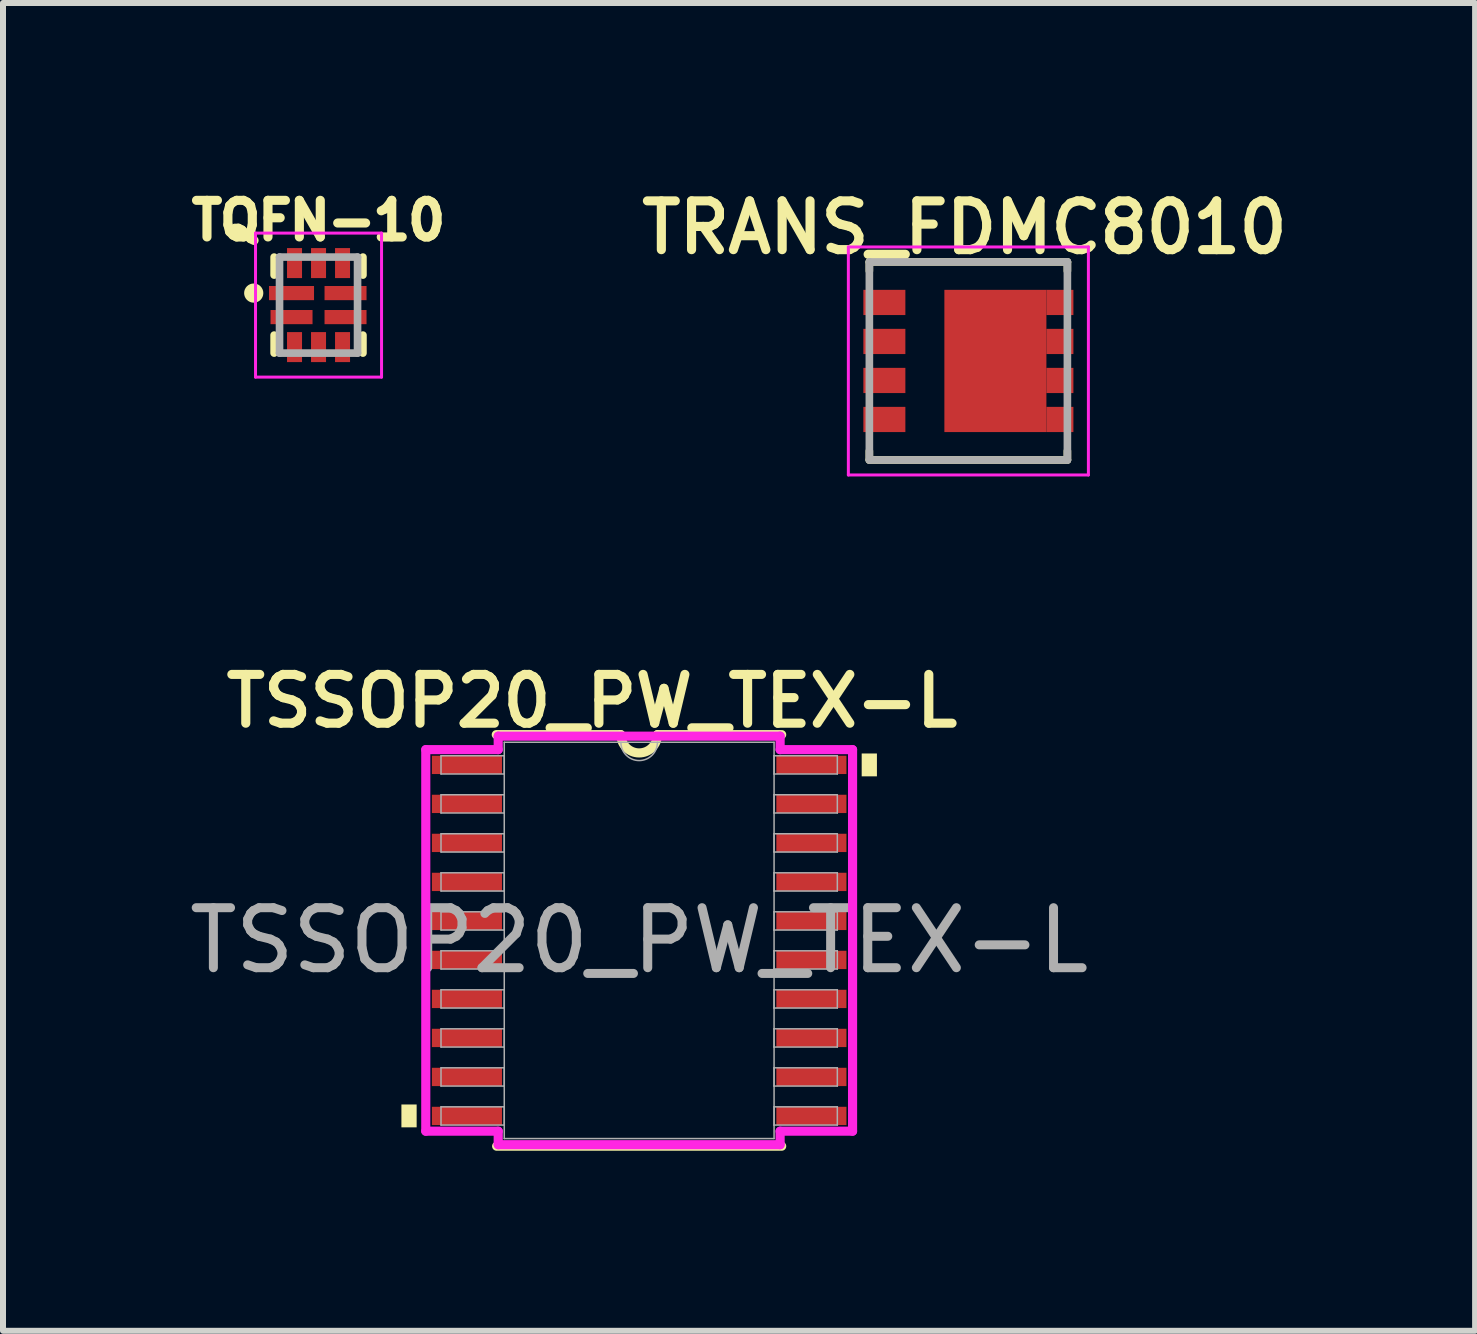
<source format=kicad_pcb>
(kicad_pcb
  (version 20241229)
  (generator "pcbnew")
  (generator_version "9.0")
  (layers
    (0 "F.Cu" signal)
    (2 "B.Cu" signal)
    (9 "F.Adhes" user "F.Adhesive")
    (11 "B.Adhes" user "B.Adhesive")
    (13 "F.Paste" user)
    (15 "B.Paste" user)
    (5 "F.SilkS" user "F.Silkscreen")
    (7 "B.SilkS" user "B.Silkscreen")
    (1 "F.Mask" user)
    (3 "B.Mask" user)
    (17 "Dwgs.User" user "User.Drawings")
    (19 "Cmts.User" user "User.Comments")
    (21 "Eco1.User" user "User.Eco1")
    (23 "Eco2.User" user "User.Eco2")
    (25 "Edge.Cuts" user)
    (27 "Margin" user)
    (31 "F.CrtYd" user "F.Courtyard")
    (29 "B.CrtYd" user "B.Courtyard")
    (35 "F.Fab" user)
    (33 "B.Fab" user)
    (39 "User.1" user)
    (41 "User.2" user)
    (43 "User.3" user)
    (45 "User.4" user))
  (footprint "TRANS_FDMC8010"
    (layer "F.Cu")
    (at 13.087 2.965)
    (property "Reference" "TRANS_FDMC8010" (at -0.064 -2.223 0) (layer "F.SilkS") (effects (font (size 0.813 0.813) (thickness 0.152) (bold yes))))
    (attr smd)
    (fp_line (start -1.65 -1.65) (end 1.65 -1.65) (stroke (width 0.127) (type solid)) (layer "F.SilkS"))
    (fp_line (start -1.65 -1.5) (end -1.65 -1.65) (stroke (width 0.127) (type solid)) (layer "F.SilkS"))
    (fp_line (start -1.65 1.5) (end -1.65 1.65) (stroke (width 0.127) (type solid)) (layer "F.SilkS"))
    (fp_line (start -1.65 1.65) (end 1.65 1.65) (stroke (width 0.127) (type solid)) (layer "F.SilkS"))
    (fp_line (start 1.65 -1.65) (end 1.65 -1.5) (stroke (width 0.127) (type solid)) (layer "F.SilkS"))
    (fp_line (start 1.65 1.65) (end 1.65 1.5) (stroke (width 0.127) (type solid)) (layer "F.SilkS"))
    (fp_poly (pts (xy -0.088 -0.75) (xy 0.988 -0.75) (xy 0.988 0.75) (xy -0.088 0.75)) (stroke (width 0.01) (type solid)) (fill yes) (layer "F.Paste"))
    (fp_line (start -2 -1.9) (end 2 -1.9) (stroke (width 0.05) (type solid)) (layer "F.CrtYd"))
    (fp_line (start -2 1.9) (end -2 -1.9) (stroke (width 0.05) (type solid)) (layer "F.CrtYd"))
    (fp_line (start 2 -1.9) (end 2 1.9) (stroke (width 0.05) (type solid)) (layer "F.CrtYd"))
    (fp_line (start 2 1.9) (end -2 1.9) (stroke (width 0.05) (type solid)) (layer "F.CrtYd"))
    (fp_line (start -1.65 -1.65) (end 1.65 -1.65) (stroke (width 0.127) (type solid)) (layer "F.Fab"))
    (fp_line (start -1.65 1.65) (end -1.65 -1.65) (stroke (width 0.127) (type solid)) (layer "F.Fab"))
    (fp_line (start 1.65 -1.65) (end 1.65 1.65) (stroke (width 0.127) (type solid)) (layer "F.Fab"))
    (fp_line (start 1.65 1.65) (end -1.65 1.65) (stroke (width 0.127) (type solid)) (layer "F.Fab"))
    (pad "1" smd rect (at -1.4 -0.975) (size 0.7 0.42) (layers "F.Cu" "F.Mask" "F.Paste"))
    (pad "2" smd rect (at -1.4 -0.325) (size 0.7 0.42) (layers "F.Cu" "F.Mask" "F.Paste"))
    (pad "3" smd rect (at -1.4 0.325) (size 0.7 0.42) (layers "F.Cu" "F.Mask" "F.Paste"))
    (pad "4" smd rect (at -1.4 0.975) (size 0.7 0.42) (layers "F.Cu" "F.Mask" "F.Paste"))
    (pad "MB" smd rect (at 0.45 0) (size 1.7 2.37) (layers "F.Cu" "F.Mask"))
    (pad "MB" smd rect (at 1.525 -0.975) (size 0.45 0.42) (layers "F.Cu" "F.Mask" "F.Paste"))
    (pad "MB" smd rect (at 1.525 -0.325) (size 0.45 0.42) (layers "F.Cu" "F.Mask" "F.Paste"))
    (pad "MB" smd rect (at 1.525 0.325) (size 0.45 0.42) (layers "F.Cu" "F.Mask" "F.Paste"))
    (pad "MB" smd rect (at 1.525 0.975) (size 0.45 0.42) (layers "F.Cu" "F.Mask" "F.Paste")))
  (footprint "TQFN-10"
    (layer "F.Cu")
    (at 2.258 2.034)
    (property "Reference" "TQFN-10" (at 0 -1.41 0) (layer "F.SilkS") (effects (font (size 0.61 0.61) (thickness 0.152) (bold yes))))
    (attr smd)
    (fp_poly (pts (xy -0.852 -0.375) (xy 0 -0.375) (xy 0 -0.025) (xy -0.852 -0.025)) (stroke (width 0.01) (type solid)) (fill yes) (layer "F.Mask"))
    (fp_poly (pts (xy -0.852 0.025) (xy -0.05 0.025) (xy -0.05 0.376) (xy -0.852 0.376)) (stroke (width 0.01) (type solid)) (fill yes) (layer "F.Mask"))
    (fp_poly (pts (xy -0.575 -1) (xy -0.225 -1) (xy -0.225 -0.4) (xy -0.575 -0.4)) (stroke (width 0.01) (type solid)) (fill yes) (layer "F.Mask"))
    (fp_poly (pts (xy -0.225 1.002) (xy -0.576 1.002) (xy -0.576 0.4) (xy -0.225 0.4)) (stroke (width 0.01) (type solid)) (fill yes) (layer "F.Mask"))
    (fp_poly (pts (xy -0.175 -1) (xy 0.175 -1) (xy 0.175 -0.4) (xy -0.175 -0.4)) (stroke (width 0.01) (type solid)) (fill yes) (layer "F.Mask"))
    (fp_poly (pts (xy 0.05 0.025) (xy 0.85 0.025) (xy 0.85 0.375) (xy 0.05 0.375)) (stroke (width 0.01) (type solid)) (fill yes) (layer "F.Mask"))
    (fp_poly (pts (xy 0.05 -0.375) (xy 0.85 -0.375) (xy 0.85 -0.025) (xy 0.05 -0.025)) (stroke (width 0.01) (type solid)) (fill yes) (layer "F.Mask"))
    (fp_poly (pts (xy 0.175 1) (xy -0.175 1) (xy -0.175 0.4) (xy 0.175 0.4)) (stroke (width 0.01) (type solid)) (fill yes) (layer "F.Mask"))
    (fp_poly (pts (xy 0.225 -1) (xy 0.575 -1) (xy 0.575 -0.4) (xy 0.225 -0.4)) (stroke (width 0.01) (type solid)) (fill yes) (layer "F.Mask"))
    (fp_poly (pts (xy 0.575 1.001) (xy 0.225 1.001) (xy 0.225 0.4) (xy 0.575 0.4)) (stroke (width 0.01) (type solid)) (fill yes) (layer "F.Mask"))
    (fp_line (start -0.74 -0.8) (end -0.74 -0.5) (stroke (width 0.127) (type solid)) (layer "F.SilkS"))
    (fp_line (start -0.74 0.5) (end -0.74 0.8) (stroke (width 0.127) (type solid)) (layer "F.SilkS"))
    (fp_line (start 0.74 -0.8) (end 0.74 -0.5) (stroke (width 0.127) (type solid)) (layer "F.SilkS"))
    (fp_line (start 0.74 0.5) (end 0.74 0.8) (stroke (width 0.127) (type solid)) (layer "F.SilkS"))
    (fp_circle (center -1.08 -0.2) (end -1 -0.2) (stroke (width 0.16) (type solid)) (fill no) (layer "F.SilkS"))
    (fp_line (start -1.05 -1.2) (end 1.05 -1.2) (stroke (width 0.05) (type solid)) (layer "F.CrtYd"))
    (fp_line (start -1.05 1.2) (end -1.05 -1.2) (stroke (width 0.05) (type solid)) (layer "F.CrtYd"))
    (fp_line (start 1.05 -1.2) (end 1.05 1.2) (stroke (width 0.05) (type solid)) (layer "F.CrtYd"))
    (fp_line (start 1.05 1.2) (end -1.05 1.2) (stroke (width 0.05) (type solid)) (layer "F.CrtYd"))
    (fp_line (start -0.65 -0.8) (end 0.65 -0.8) (stroke (width 0.127) (type solid)) (layer "F.Fab"))
    (fp_line (start -0.65 0.8) (end -0.65 -0.8) (stroke (width 0.127) (type solid)) (layer "F.Fab"))
    (fp_line (start 0.65 -0.8) (end 0.65 0.8) (stroke (width 0.127) (type solid)) (layer "F.Fab"))
    (fp_line (start 0.65 0.8) (end -0.65 0.8) (stroke (width 0.127) (type solid)) (layer "F.Fab"))
    (pad "1" smd rect (at -0.45 -0.2) (size 0.75 0.236) (layers "F.Cu" "F.Paste"))
    (pad "2" smd rect (at -0.45 0.2) (size 0.7 0.236) (layers "F.Cu" "F.Paste"))
    (pad "3" smd rect (at -0.4 0.7) (size 0.25 0.5) (layers "F.Cu" "F.Paste"))
    (pad "4" smd rect (at 0 0.7) (size 0.25 0.5) (layers "F.Cu" "F.Paste"))
    (pad "5" smd rect (at 0.4 0.7) (size 0.25 0.5) (layers "F.Cu" "F.Paste"))
    (pad "6" smd rect (at 0.45 0.2) (size 0.7 0.236) (layers "F.Cu" "F.Paste"))
    (pad "7" smd rect (at 0.45 -0.2) (size 0.7 0.236) (layers "F.Cu" "F.Paste"))
    (pad "8" smd rect (at 0.4 -0.7) (size 0.25 0.5) (layers "F.Cu" "F.Paste"))
    (pad "9" smd rect (at 0 -0.7) (size 0.25 0.5) (layers "F.Cu" "F.Paste"))
    (pad "10" smd rect (at -0.4 -0.7) (size 0.25 0.5) (layers "F.Cu" "F.Paste")))
  (footprint "TSSOP20_PW_TEX-L"
    (layer "F.Cu")
    (at 7.601 12.621)
    (property "Reference" "TSSOP20_PW_TEX-L" (at -0.787 -3.988 0) (unlocked yes) (layer "F.SilkS") (effects (font (size 0.813 0.813) (thickness 0.152) (bold yes))))
    (attr smd)
    (fp_line (start -2.375 3.429) (end 2.375 3.429) (stroke (width 0.152) (type solid)) (layer "F.SilkS"))
    (fp_line (start -0.311 -3.429) (end -2.381 -3.429) (stroke (width 0.152) (type solid)) (layer "F.SilkS"))
    (fp_line (start 2.375 -3.429) (end 0.305 -3.429) (stroke (width 0.152) (type solid)) (layer "F.SilkS"))
    (fp_arc (start 0.3048 -3.429) (mid 0 -3.1242) (end -0.3048 -3.429) (stroke (width 0.1524) (type solid)) (layer "F.SilkS"))
    (fp_poly (pts (xy -3.962 2.734) (xy -3.962 3.115) (xy -3.708 3.115) (xy -3.708 2.734)) (stroke (width 0) (type solid)) (fill yes) (layer "F.SilkS"))
    (fp_poly (pts (xy 3.962 -3.115) (xy 3.962 -2.734) (xy 3.708 -2.734) (xy 3.708 -3.115)) (stroke (width 0) (type solid)) (fill yes) (layer "F.SilkS"))
    (fp_line (start -3.556 -3.179) (end -2.349 -3.179) (stroke (width 0.152) (type solid)) (layer "F.CrtYd"))
    (fp_line (start -3.556 3.179) (end -3.556 -3.179) (stroke (width 0.152) (type solid)) (layer "F.CrtYd"))
    (fp_line (start -3.556 3.179) (end -2.349 3.179) (stroke (width 0.152) (type solid)) (layer "F.CrtYd"))
    (fp_line (start -2.349 -3.404) (end 2.349 -3.404) (stroke (width 0.152) (type solid)) (layer "F.CrtYd"))
    (fp_line (start -2.349 -3.179) (end -2.349 -3.404) (stroke (width 0.152) (type solid)) (layer "F.CrtYd"))
    (fp_line (start -2.349 3.404) (end -2.349 3.179) (stroke (width 0.152) (type solid)) (layer "F.CrtYd"))
    (fp_line (start 2.349 -3.404) (end 2.349 -3.179) (stroke (width 0.152) (type solid)) (layer "F.CrtYd"))
    (fp_line (start 2.349 3.179) (end 2.349 3.404) (stroke (width 0.152) (type solid)) (layer "F.CrtYd"))
    (fp_line (start 2.349 3.404) (end -2.349 3.404) (stroke (width 0.152) (type solid)) (layer "F.CrtYd"))
    (fp_line (start 3.556 -3.179) (end 2.349 -3.179) (stroke (width 0.152) (type solid)) (layer "F.CrtYd"))
    (fp_line (start 3.556 -3.179) (end 3.556 3.179) (stroke (width 0.152) (type solid)) (layer "F.CrtYd"))
    (fp_line (start 3.556 3.179) (end 2.349 3.179) (stroke (width 0.152) (type solid)) (layer "F.CrtYd"))
    (fp_line (start -3.302 -3.077) (end -3.302 -2.773) (stroke (width 0.025) (type solid)) (layer "F.Fab"))
    (fp_line (start -3.302 -2.773) (end -2.248 -2.773) (stroke (width 0.025) (type solid)) (layer "F.Fab"))
    (fp_line (start -3.302 -2.427) (end -3.302 -2.123) (stroke (width 0.025) (type solid)) (layer "F.Fab"))
    (fp_line (start -3.302 -2.123) (end -2.248 -2.123) (stroke (width 0.025) (type solid)) (layer "F.Fab"))
    (fp_line (start -3.302 -1.777) (end -3.302 -1.473) (stroke (width 0.025) (type solid)) (layer "F.Fab"))
    (fp_line (start -3.302 -1.473) (end -2.248 -1.473) (stroke (width 0.025) (type solid)) (layer "F.Fab"))
    (fp_line (start -3.302 -1.127) (end -3.302 -0.823) (stroke (width 0.025) (type solid)) (layer "F.Fab"))
    (fp_line (start -3.302 -0.823) (end -2.248 -0.823) (stroke (width 0.025) (type solid)) (layer "F.Fab"))
    (fp_line (start -3.302 -0.477) (end -3.302 -0.173) (stroke (width 0.025) (type solid)) (layer "F.Fab"))
    (fp_line (start -3.302 -0.173) (end -2.248 -0.173) (stroke (width 0.025) (type solid)) (layer "F.Fab"))
    (fp_line (start -3.302 0.173) (end -3.302 0.477) (stroke (width 0.025) (type solid)) (layer "F.Fab"))
    (fp_line (start -3.302 0.477) (end -2.248 0.477) (stroke (width 0.025) (type solid)) (layer "F.Fab"))
    (fp_line (start -3.302 0.823) (end -3.302 1.127) (stroke (width 0.025) (type solid)) (layer "F.Fab"))
    (fp_line (start -3.302 1.127) (end -2.248 1.127) (stroke (width 0.025) (type solid)) (layer "F.Fab"))
    (fp_line (start -3.302 1.473) (end -3.302 1.777) (stroke (width 0.025) (type solid)) (layer "F.Fab"))
    (fp_line (start -3.302 1.777) (end -2.248 1.777) (stroke (width 0.025) (type solid)) (layer "F.Fab"))
    (fp_line (start -3.302 2.123) (end -3.302 2.427) (stroke (width 0.025) (type solid)) (layer "F.Fab"))
    (fp_line (start -3.302 2.427) (end -2.248 2.427) (stroke (width 0.025) (type solid)) (layer "F.Fab"))
    (fp_line (start -3.302 2.773) (end -3.302 3.077) (stroke (width 0.025) (type solid)) (layer "F.Fab"))
    (fp_line (start -3.302 3.077) (end -2.248 3.077) (stroke (width 0.025) (type solid)) (layer "F.Fab"))
    (fp_line (start -2.248 -3.302) (end -2.248 3.302) (stroke (width 0.025) (type solid)) (layer "F.Fab"))
    (fp_line (start -2.248 -3.077) (end -3.302 -3.077) (stroke (width 0.025) (type solid)) (layer "F.Fab"))
    (fp_line (start -2.248 -2.773) (end -2.248 -3.077) (stroke (width 0.025) (type solid)) (layer "F.Fab"))
    (fp_line (start -2.248 -2.427) (end -3.302 -2.427) (stroke (width 0.025) (type solid)) (layer "F.Fab"))
    (fp_line (start -2.248 -2.123) (end -2.248 -2.427) (stroke (width 0.025) (type solid)) (layer "F.Fab"))
    (fp_line (start -2.248 -1.777) (end -3.302 -1.777) (stroke (width 0.025) (type solid)) (layer "F.Fab"))
    (fp_line (start -2.248 -1.473) (end -2.248 -1.777) (stroke (width 0.025) (type solid)) (layer "F.Fab"))
    (fp_line (start -2.248 -1.127) (end -3.302 -1.127) (stroke (width 0.025) (type solid)) (layer "F.Fab"))
    (fp_line (start -2.248 -0.823) (end -2.248 -1.127) (stroke (width 0.025) (type solid)) (layer "F.Fab"))
    (fp_line (start -2.248 -0.477) (end -3.302 -0.477) (stroke (width 0.025) (type solid)) (layer "F.Fab"))
    (fp_line (start -2.248 -0.173) (end -2.248 -0.477) (stroke (width 0.025) (type solid)) (layer "F.Fab"))
    (fp_line (start -2.248 0.173) (end -3.302 0.173) (stroke (width 0.025) (type solid)) (layer "F.Fab"))
    (fp_line (start -2.248 0.477) (end -2.248 0.173) (stroke (width 0.025) (type solid)) (layer "F.Fab"))
    (fp_line (start -2.248 0.823) (end -3.302 0.823) (stroke (width 0.025) (type solid)) (layer "F.Fab"))
    (fp_line (start -2.248 1.127) (end -2.248 0.823) (stroke (width 0.025) (type solid)) (layer "F.Fab"))
    (fp_line (start -2.248 1.473) (end -3.302 1.473) (stroke (width 0.025) (type solid)) (layer "F.Fab"))
    (fp_line (start -2.248 1.777) (end -2.248 1.473) (stroke (width 0.025) (type solid)) (layer "F.Fab"))
    (fp_line (start -2.248 2.123) (end -3.302 2.123) (stroke (width 0.025) (type solid)) (layer "F.Fab"))
    (fp_line (start -2.248 2.427) (end -2.248 2.123) (stroke (width 0.025) (type solid)) (layer "F.Fab"))
    (fp_line (start -2.248 2.773) (end -3.302 2.773) (stroke (width 0.025) (type solid)) (layer "F.Fab"))
    (fp_line (start -2.248 3.077) (end -2.248 2.773) (stroke (width 0.025) (type solid)) (layer "F.Fab"))
    (fp_line (start -2.248 3.302) (end 2.248 3.302) (stroke (width 0.025) (type solid)) (layer "F.Fab"))
    (fp_line (start 2.248 -3.302) (end -2.248 -3.302) (stroke (width 0.025) (type solid)) (layer "F.Fab"))
    (fp_line (start 2.248 -3.077) (end 2.248 -2.773) (stroke (width 0.025) (type solid)) (layer "F.Fab"))
    (fp_line (start 2.248 -2.773) (end 3.302 -2.773) (stroke (width 0.025) (type solid)) (layer "F.Fab"))
    (fp_line (start 2.248 -2.427) (end 2.248 -2.123) (stroke (width 0.025) (type solid)) (layer "F.Fab"))
    (fp_line (start 2.248 -2.123) (end 3.302 -2.123) (stroke (width 0.025) (type solid)) (layer "F.Fab"))
    (fp_line (start 2.248 -1.777) (end 2.248 -1.473) (stroke (width 0.025) (type solid)) (layer "F.Fab"))
    (fp_line (start 2.248 -1.473) (end 3.302 -1.473) (stroke (width 0.025) (type solid)) (layer "F.Fab"))
    (fp_line (start 2.248 -1.127) (end 2.248 -0.823) (stroke (width 0.025) (type solid)) (layer "F.Fab"))
    (fp_line (start 2.248 -0.823) (end 3.302 -0.823) (stroke (width 0.025) (type solid)) (layer "F.Fab"))
    (fp_line (start 2.248 -0.477) (end 2.248 -0.173) (stroke (width 0.025) (type solid)) (layer "F.Fab"))
    (fp_line (start 2.248 -0.173) (end 3.302 -0.173) (stroke (width 0.025) (type solid)) (layer "F.Fab"))
    (fp_line (start 2.248 0.173) (end 2.248 0.477) (stroke (width 0.025) (type solid)) (layer "F.Fab"))
    (fp_line (start 2.248 0.477) (end 3.302 0.477) (stroke (width 0.025) (type solid)) (layer "F.Fab"))
    (fp_line (start 2.248 0.823) (end 2.248 1.127) (stroke (width 0.025) (type solid)) (layer "F.Fab"))
    (fp_line (start 2.248 1.127) (end 3.302 1.127) (stroke (width 0.025) (type solid)) (layer "F.Fab"))
    (fp_line (start 2.248 1.473) (end 2.248 1.777) (stroke (width 0.025) (type solid)) (layer "F.Fab"))
    (fp_line (start 2.248 1.777) (end 3.302 1.777) (stroke (width 0.025) (type solid)) (layer "F.Fab"))
    (fp_line (start 2.248 2.123) (end 2.248 2.427) (stroke (width 0.025) (type solid)) (layer "F.Fab"))
    (fp_line (start 2.248 2.427) (end 3.302 2.427) (stroke (width 0.025) (type solid)) (layer "F.Fab"))
    (fp_line (start 2.248 2.773) (end 2.248 3.077) (stroke (width 0.025) (type solid)) (layer "F.Fab"))
    (fp_line (start 2.248 3.077) (end 3.302 3.077) (stroke (width 0.025) (type solid)) (layer "F.Fab"))
    (fp_line (start 2.248 3.302) (end 2.248 -3.302) (stroke (width 0.025) (type solid)) (layer "F.Fab"))
    (fp_line (start 3.302 -3.077) (end 2.248 -3.077) (stroke (width 0.025) (type solid)) (layer "F.Fab"))
    (fp_line (start 3.302 -2.773) (end 3.302 -3.077) (stroke (width 0.025) (type solid)) (layer "F.Fab"))
    (fp_line (start 3.302 -2.427) (end 2.248 -2.427) (stroke (width 0.025) (type solid)) (layer "F.Fab"))
    (fp_line (start 3.302 -2.123) (end 3.302 -2.427) (stroke (width 0.025) (type solid)) (layer "F.Fab"))
    (fp_line (start 3.302 -1.777) (end 2.248 -1.777) (stroke (width 0.025) (type solid)) (layer "F.Fab"))
    (fp_line (start 3.302 -1.473) (end 3.302 -1.777) (stroke (width 0.025) (type solid)) (layer "F.Fab"))
    (fp_line (start 3.302 -1.127) (end 2.248 -1.127) (stroke (width 0.025) (type solid)) (layer "F.Fab"))
    (fp_line (start 3.302 -0.823) (end 3.302 -1.127) (stroke (width 0.025) (type solid)) (layer "F.Fab"))
    (fp_line (start 3.302 -0.477) (end 2.248 -0.477) (stroke (width 0.025) (type solid)) (layer "F.Fab"))
    (fp_line (start 3.302 -0.173) (end 3.302 -0.477) (stroke (width 0.025) (type solid)) (layer "F.Fab"))
    (fp_line (start 3.302 0.173) (end 2.248 0.173) (stroke (width 0.025) (type solid)) (layer "F.Fab"))
    (fp_line (start 3.302 0.477) (end 3.302 0.173) (stroke (width 0.025) (type solid)) (layer "F.Fab"))
    (fp_line (start 3.302 0.823) (end 2.248 0.823) (stroke (width 0.025) (type solid)) (layer "F.Fab"))
    (fp_line (start 3.302 1.127) (end 3.302 0.823) (stroke (width 0.025) (type solid)) (layer "F.Fab"))
    (fp_line (start 3.302 1.473) (end 2.248 1.473) (stroke (width 0.025) (type solid)) (layer "F.Fab"))
    (fp_line (start 3.302 1.777) (end 3.302 1.473) (stroke (width 0.025) (type solid)) (layer "F.Fab"))
    (fp_line (start 3.302 2.123) (end 2.248 2.123) (stroke (width 0.025) (type solid)) (layer "F.Fab"))
    (fp_line (start 3.302 2.427) (end 3.302 2.123) (stroke (width 0.025) (type solid)) (layer "F.Fab"))
    (fp_line (start 3.302 2.773) (end 2.248 2.773) (stroke (width 0.025) (type solid)) (layer "F.Fab"))
    (fp_line (start 3.302 3.077) (end 3.302 2.773) (stroke (width 0.025) (type solid)) (layer "F.Fab"))
    (fp_arc (start 0.3048 -3.302) (mid 0 -2.9972) (end -0.3048 -3.302) (stroke (width 0.0254) (type solid)) (layer "F.Fab"))
    (fp_text user "${REFERENCE}" (at 0 0 0) (unlocked yes) (layer "F.Fab") (effects (font (size 1 1) (thickness 0.15))))
    (pad "1" smd rect (at -2.87 -2.925) (size 1.168 0.305) (layers "F.Cu" "F.Mask" "F.Paste"))
    (pad "2" smd rect (at -2.87 -2.275) (size 1.168 0.305) (layers "F.Cu" "F.Mask" "F.Paste"))
    (pad "3" smd rect (at -2.87 -1.625) (size 1.168 0.305) (layers "F.Cu" "F.Mask" "F.Paste"))
    (pad "4" smd rect (at -2.87 -0.975) (size 1.168 0.305) (layers "F.Cu" "F.Mask" "F.Paste"))
    (pad "5" smd rect (at -2.87 -0.325) (size 1.168 0.305) (layers "F.Cu" "F.Mask" "F.Paste"))
    (pad "6" smd rect (at -2.87 0.325) (size 1.168 0.305) (layers "F.Cu" "F.Mask" "F.Paste"))
    (pad "7" smd rect (at -2.87 0.975) (size 1.168 0.305) (layers "F.Cu" "F.Mask" "F.Paste"))
    (pad "8" smd rect (at -2.87 1.625) (size 1.168 0.305) (layers "F.Cu" "F.Mask" "F.Paste"))
    (pad "9" smd rect (at -2.87 2.275) (size 1.168 0.305) (layers "F.Cu" "F.Mask" "F.Paste"))
    (pad "10" smd rect (at -2.87 2.925) (size 1.168 0.305) (layers "F.Cu" "F.Mask" "F.Paste"))
    (pad "11" smd rect (at 2.87 2.925) (size 1.168 0.305) (layers "F.Cu" "F.Mask" "F.Paste"))
    (pad "12" smd rect (at 2.87 2.275) (size 1.168 0.305) (layers "F.Cu" "F.Mask" "F.Paste"))
    (pad "13" smd rect (at 2.87 1.625) (size 1.168 0.305) (layers "F.Cu" "F.Mask" "F.Paste"))
    (pad "14" smd rect (at 2.87 0.975) (size 1.168 0.305) (layers "F.Cu" "F.Mask" "F.Paste"))
    (pad "15" smd rect (at 2.87 0.325) (size 1.168 0.305) (layers "F.Cu" "F.Mask" "F.Paste"))
    (pad "16" smd rect (at 2.87 -0.325) (size 1.168 0.305) (layers "F.Cu" "F.Mask" "F.Paste"))
    (pad "17" smd rect (at 2.87 -0.975) (size 1.168 0.305) (layers "F.Cu" "F.Mask" "F.Paste"))
    (pad "18" smd rect (at 2.87 -1.625) (size 1.168 0.305) (layers "F.Cu" "F.Mask" "F.Paste"))
    (pad "19" smd rect (at 2.87 -2.275) (size 1.168 0.305) (layers "F.Cu" "F.Mask" "F.Paste"))
    (pad "20" smd rect (at 2.87 -2.925) (size 1.168 0.305) (layers "F.Cu" "F.Mask" "F.Paste")))
  (gr_rect
    (start -3 -3)
    (end 21.531 19.126)
    (stroke (width 0.1) (type default))
    (fill no)
    (layer "Edge.Cuts")))
</source>
